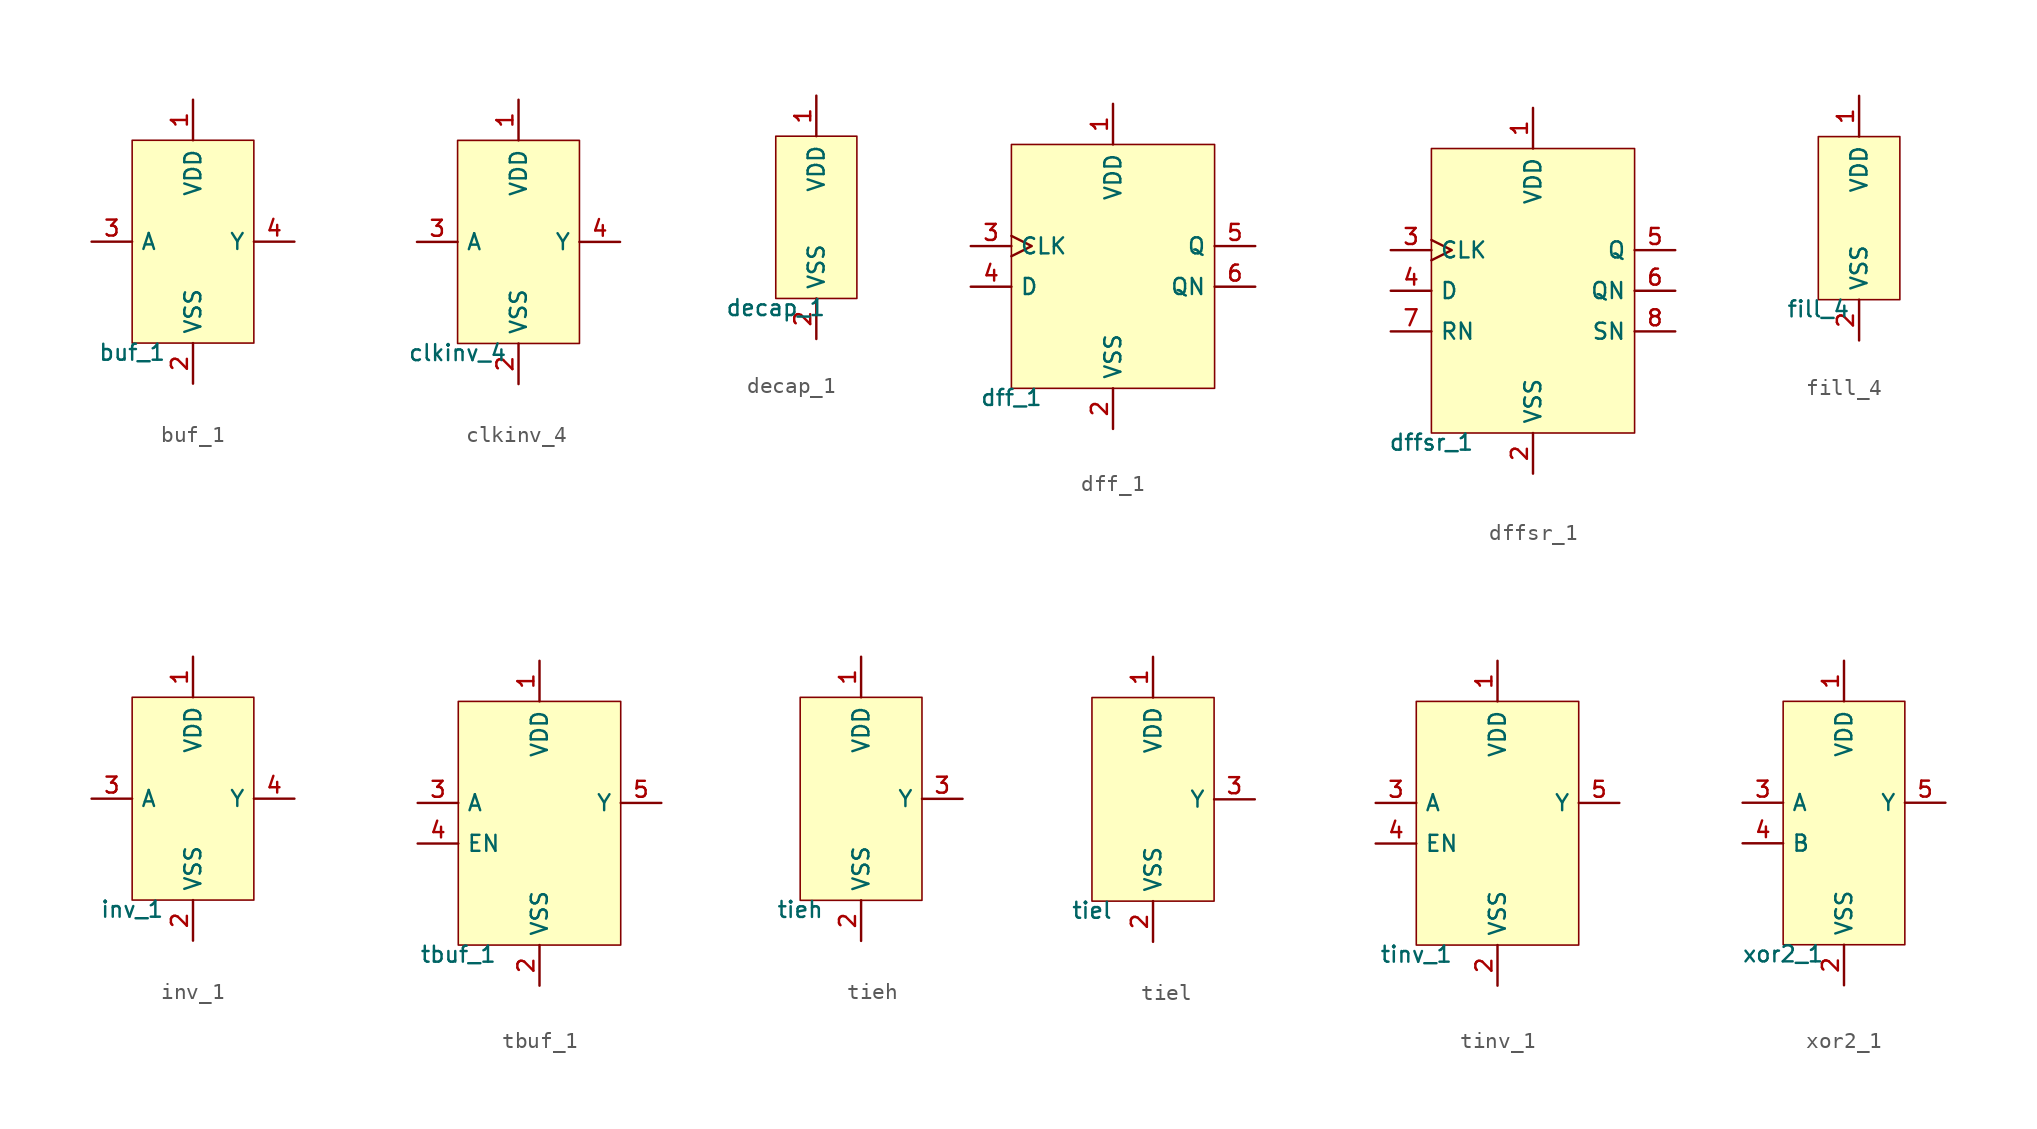
<source format=kicad_sym>
(kicad_symbol_lib
  (version 20211014)
  (generator pdk2kicad)
  (symbol "buf_1"
    (property "Reference" "X"
      (at 0 0 0)
      (effects (font (size 1 1)) hide))
    (property "Value" "buf_1"
      (at -3.81 -6.35 0)
      (effects (font (size 1 1)) (justify top)))
    (rectangle
      (start -3.81 -6.35)
      (end 3.81 6.35)
      (stroke (width 0.1) (type solid) (color 0 0 0 0))
      (fill (type background)))
    (pin power_in line
      (at 0.0 8.89 270)
      (length 2.54)
      (name "VDD" (effects (font (size 1 1)) hide))
      (number "1" (effects (font (size 1 1)) hide)))
    (pin power_in line
      (at 0.0 -8.89 90)
      (length 2.54)
      (name "VSS" (effects (font (size 1 1)) hide))
      (number "2" (effects (font (size 1 1)) hide)))
    (pin input line
      (at -6.35 -4.440892098500626e-16 0)
      (length 2.54)
      (name "A" (effects (font (size 1 1)) hide))
      (number "3" (effects (font (size 1 1)) hide)))
    (pin output line
      (at 6.35 -4.440892098500626e-16 180)
      (length 2.54)
      (name "Y" (effects (font (size 1 1)) hide))
      (number "4" (effects (font (size 1 1)) hide))))
  (symbol "clkinv_4"
    (property "Reference" "X"
      (at 0 0 0)
      (effects (font (size 1 1)) hide))
    (property "Value" "clkinv_4"
      (at -3.81 -6.35 0)
      (effects (font (size 1 1)) (justify top)))
    (rectangle
      (start -3.81 -6.35)
      (end 3.81 6.35)
      (stroke (width 0.1) (type solid) (color 0 0 0 0))
      (fill (type background)))
    (pin power_in line
      (at 0.0 8.89 270)
      (length 2.54)
      (name "VDD" (effects (font (size 1 1)) hide))
      (number "1" (effects (font (size 1 1)) hide)))
    (pin power_in line
      (at 0.0 -8.89 90)
      (length 2.54)
      (name "VSS" (effects (font (size 1 1)) hide))
      (number "2" (effects (font (size 1 1)) hide)))
    (pin input line
      (at -6.35 -4.440892098500626e-16 0)
      (length 2.54)
      (name "A" (effects (font (size 1 1)) hide))
      (number "3" (effects (font (size 1 1)) hide)))
    (pin output line
      (at 6.35 -4.440892098500626e-16 180)
      (length 2.54)
      (name "Y" (effects (font (size 1 1)) hide))
      (number "4" (effects (font (size 1 1)) hide))))
  (symbol "decap_1"
    (property "Reference" "X"
      (at 0 0 0)
      (effects (font (size 1 1)) hide))
    (property "Value" "decap_1"
      (at -2.54 -5.08 0)
      (effects (font (size 1 1)) (justify top)))
    (rectangle
      (start -2.54 -5.08)
      (end 2.54 5.08)
      (stroke (width 0.1) (type solid) (color 0 0 0 0))
      (fill (type background)))
    (pin power_in line
      (at 0.0 7.62 270)
      (length 2.54)
      (name "VDD" (effects (font (size 1 1)) hide))
      (number "1" (effects (font (size 1 1)) hide)))
    (pin power_in line
      (at 0.0 -7.62 90)
      (length 2.54)
      (name "VSS" (effects (font (size 1 1)) hide))
      (number "2" (effects (font (size 1 1)) hide))))
  (symbol "dff_1"
    (property "Reference" "X"
      (at 0 0 0)
      (effects (font (size 1 1)) hide))
    (property "Value" "dff_1"
      (at -6.35 -7.62 0)
      (effects (font (size 1 1)) (justify top)))
    (rectangle
      (start -6.35 -7.62)
      (end 6.35 7.62)
      (stroke (width 0.1) (type solid) (color 0 0 0 0))
      (fill (type background)))
    (pin power_in line
      (at 4.440892098500626e-16 10.16 270)
      (length 2.54)
      (name "VDD" (effects (font (size 1 1)) hide))
      (number "1" (effects (font (size 1 1)) hide)))
    (pin power_in line
      (at 4.440892098500626e-16 -10.16 90)
      (length 2.54)
      (name "VSS" (effects (font (size 1 1)) hide))
      (number "2" (effects (font (size 1 1)) hide)))
    (pin input clock
      (at -8.89 1.27 0)
      (length 2.54)
      (name "CLK" (effects (font (size 1 1)) hide))
      (number "3" (effects (font (size 1 1)) hide)))
    (pin input line
      (at -8.89 -1.27 0)
      (length 2.54)
      (name "D" (effects (font (size 1 1)) hide))
      (number "4" (effects (font (size 1 1)) hide)))
    (pin output line
      (at 8.89 1.27 180)
      (length 2.54)
      (name "Q" (effects (font (size 1 1)) hide))
      (number "5" (effects (font (size 1 1)) hide)))
    (pin output line
      (at 8.89 -1.27 180)
      (length 2.54)
      (name "QN" (effects (font (size 1 1)) hide))
      (number "6" (effects (font (size 1 1)) hide))))
  (symbol "dffsr_1"
    (property "Reference" "X"
      (at 0 0 0)
      (effects (font (size 1 1)) hide))
    (property "Value" "dffsr_1"
      (at -6.35 -8.89 0)
      (effects (font (size 1 1)) (justify top)))
    (rectangle
      (start -6.35 -8.89)
      (end 6.35 8.89)
      (stroke (width 0.1) (type solid) (color 0 0 0 0))
      (fill (type background)))
    (pin power_in line
      (at 4.440892098500626e-16 11.43 270)
      (length 2.54)
      (name "VDD" (effects (font (size 1 1)) hide))
      (number "1" (effects (font (size 1 1)) hide)))
    (pin power_in line
      (at 4.440892098500626e-16 -11.43 90)
      (length 2.54)
      (name "VSS" (effects (font (size 1 1)) hide))
      (number "2" (effects (font (size 1 1)) hide)))
    (pin input clock
      (at -8.89 2.54 0)
      (length 2.54)
      (name "CLK" (effects (font (size 1 1)) hide))
      (number "3" (effects (font (size 1 1)) hide)))
    (pin input line
      (at -8.89 4.440892098500626e-16 0)
      (length 2.54)
      (name "D" (effects (font (size 1 1)) hide))
      (number "4" (effects (font (size 1 1)) hide)))
    (pin output line
      (at 8.89 2.54 180)
      (length 2.54)
      (name "Q" (effects (font (size 1 1)) hide))
      (number "5" (effects (font (size 1 1)) hide)))
    (pin output line
      (at 8.89 4.440892098500626e-16 180)
      (length 2.54)
      (name "QN" (effects (font (size 1 1)) hide))
      (number "6" (effects (font (size 1 1)) hide)))
    (pin input line
      (at -8.89 -2.54 0)
      (length 2.54)
      (name "RN" (effects (font (size 1 1)) hide))
      (number "7" (effects (font (size 1 1)) hide)))
    (pin output line
      (at 8.89 -2.54 180)
      (length 2.54)
      (name "SN" (effects (font (size 1 1)) hide))
      (number "8" (effects (font (size 1 1)) hide))))
  (symbol "fill_4"
    (property "Reference" "X"
      (at 0 0 0)
      (effects (font (size 1 1)) hide))
    (property "Value" "fill_4"
      (at -2.54 -5.08 0)
      (effects (font (size 1 1)) (justify top)))
    (rectangle
      (start -2.54 -5.08)
      (end 2.54 5.08)
      (stroke (width 0.1) (type solid) (color 0 0 0 0))
      (fill (type background)))
    (pin power_in line
      (at 0.0 7.62 270)
      (length 2.54)
      (name "VDD" (effects (font (size 1 1)) hide))
      (number "1" (effects (font (size 1 1)) hide)))
    (pin power_in line
      (at 0.0 -7.62 90)
      (length 2.54)
      (name "VSS" (effects (font (size 1 1)) hide))
      (number "2" (effects (font (size 1 1)) hide))))
  (symbol "inv_1"
    (property "Reference" "X"
      (at 0 0 0)
      (effects (font (size 1 1)) hide))
    (property "Value" "inv_1"
      (at -3.81 -6.35 0)
      (effects (font (size 1 1)) (justify top)))
    (rectangle
      (start -3.81 -6.35)
      (end 3.81 6.35)
      (stroke (width 0.1) (type solid) (color 0 0 0 0))
      (fill (type background)))
    (pin power_in line
      (at 0.0 8.89 270)
      (length 2.54)
      (name "VDD" (effects (font (size 1 1)) hide))
      (number "1" (effects (font (size 1 1)) hide)))
    (pin power_in line
      (at 0.0 -8.89 90)
      (length 2.54)
      (name "VSS" (effects (font (size 1 1)) hide))
      (number "2" (effects (font (size 1 1)) hide)))
    (pin input line
      (at -6.35 -4.440892098500626e-16 0)
      (length 2.54)
      (name "A" (effects (font (size 1 1)) hide))
      (number "3" (effects (font (size 1 1)) hide)))
    (pin output line
      (at 6.35 -4.440892098500626e-16 180)
      (length 2.54)
      (name "Y" (effects (font (size 1 1)) hide))
      (number "4" (effects (font (size 1 1)) hide))))
  (symbol "tbuf_1"
    (property "Reference" "X"
      (at 0 0 0)
      (effects (font (size 1 1)) hide))
    (property "Value" "tbuf_1"
      (at -5.08 -7.62 0)
      (effects (font (size 1 1)) (justify top)))
    (rectangle
      (start -5.08 -7.62)
      (end 5.08 7.62)
      (stroke (width 0.1) (type solid) (color 0 0 0 0))
      (fill (type background)))
    (pin power_in line
      (at 0.0 10.16 270)
      (length 2.54)
      (name "VDD" (effects (font (size 1 1)) hide))
      (number "1" (effects (font (size 1 1)) hide)))
    (pin power_in line
      (at 0.0 -10.16 90)
      (length 2.54)
      (name "VSS" (effects (font (size 1 1)) hide))
      (number "2" (effects (font (size 1 1)) hide)))
    (pin input line
      (at -7.62 1.27 0)
      (length 2.54)
      (name "A" (effects (font (size 1 1)) hide))
      (number "3" (effects (font (size 1 1)) hide)))
    (pin input line
      (at -7.62 -1.27 0)
      (length 2.54)
      (name "EN" (effects (font (size 1 1)) hide))
      (number "4" (effects (font (size 1 1)) hide)))
    (pin output line
      (at 7.62 1.27 180)
      (length 2.54)
      (name "Y" (effects (font (size 1 1)) hide))
      (number "5" (effects (font (size 1 1)) hide))))
  (symbol "tieh"
    (property "Reference" "X"
      (at 0 0 0)
      (effects (font (size 1 1)) hide))
    (property "Value" "tieh"
      (at -3.81 -6.35 0)
      (effects (font (size 1 1)) (justify top)))
    (rectangle
      (start -3.81 -6.35)
      (end 3.81 6.35)
      (stroke (width 0.1) (type solid) (color 0 0 0 0))
      (fill (type background)))
    (pin power_in line
      (at 0.0 8.89 270)
      (length 2.54)
      (name "VDD" (effects (font (size 1 1)) hide))
      (number "1" (effects (font (size 1 1)) hide)))
    (pin power_in line
      (at 0.0 -8.89 90)
      (length 2.54)
      (name "VSS" (effects (font (size 1 1)) hide))
      (number "2" (effects (font (size 1 1)) hide)))
    (pin output line
      (at 6.35 -4.440892098500626e-16 180)
      (length 2.54)
      (name "Y" (effects (font (size 1 1)) hide))
      (number "3" (effects (font (size 1 1)) hide))))
  (symbol "tiel"
    (property "Reference" "X"
      (at 0 0 0)
      (effects (font (size 1 1)) hide))
    (property "Value" "tiel"
      (at -3.81 -6.35 0)
      (effects (font (size 1 1)) (justify top)))
    (rectangle
      (start -3.81 -6.35)
      (end 3.81 6.35)
      (stroke (width 0.1) (type solid) (color 0 0 0 0))
      (fill (type background)))
    (pin power_in line
      (at 0.0 8.89 270)
      (length 2.54)
      (name "VDD" (effects (font (size 1 1)) hide))
      (number "1" (effects (font (size 1 1)) hide)))
    (pin power_in line
      (at 0.0 -8.89 90)
      (length 2.54)
      (name "VSS" (effects (font (size 1 1)) hide))
      (number "2" (effects (font (size 1 1)) hide)))
    (pin output line
      (at 6.35 -4.440892098500626e-16 180)
      (length 2.54)
      (name "Y" (effects (font (size 1 1)) hide))
      (number "3" (effects (font (size 1 1)) hide))))
  (symbol "tinv_1"
    (property "Reference" "X"
      (at 0 0 0)
      (effects (font (size 1 1)) hide))
    (property "Value" "tinv_1"
      (at -5.08 -7.62 0)
      (effects (font (size 1 1)) (justify top)))
    (rectangle
      (start -5.08 -7.62)
      (end 5.08 7.62)
      (stroke (width 0.1) (type solid) (color 0 0 0 0))
      (fill (type background)))
    (pin power_in line
      (at 0.0 10.16 270)
      (length 2.54)
      (name "VDD" (effects (font (size 1 1)) hide))
      (number "1" (effects (font (size 1 1)) hide)))
    (pin power_in line
      (at 0.0 -10.16 90)
      (length 2.54)
      (name "VSS" (effects (font (size 1 1)) hide))
      (number "2" (effects (font (size 1 1)) hide)))
    (pin input line
      (at -7.62 1.27 0)
      (length 2.54)
      (name "A" (effects (font (size 1 1)) hide))
      (number "3" (effects (font (size 1 1)) hide)))
    (pin input line
      (at -7.62 -1.27 0)
      (length 2.54)
      (name "EN" (effects (font (size 1 1)) hide))
      (number "4" (effects (font (size 1 1)) hide)))
    (pin output line
      (at 7.62 1.27 180)
      (length 2.54)
      (name "Y" (effects (font (size 1 1)) hide))
      (number "5" (effects (font (size 1 1)) hide))))
  (symbol "xor2_1"
    (property "Reference" "X"
      (at 0 0 0)
      (effects (font (size 1 1)) hide))
    (property "Value" "xor2_1"
      (at -3.81 -7.62 0)
      (effects (font (size 1 1)) (justify top)))
    (rectangle
      (start -3.81 -7.62)
      (end 3.81 7.62)
      (stroke (width 0.1) (type solid) (color 0 0 0 0))
      (fill (type background)))
    (pin power_in line
      (at 0.0 10.16 270)
      (length 2.54)
      (name "VDD" (effects (font (size 1 1)) hide))
      (number "1" (effects (font (size 1 1)) hide)))
    (pin power_in line
      (at 0.0 -10.16 90)
      (length 2.54)
      (name "VSS" (effects (font (size 1 1)) hide))
      (number "2" (effects (font (size 1 1)) hide)))
    (pin input line
      (at -6.35 1.27 0)
      (length 2.54)
      (name "A" (effects (font (size 1 1)) hide))
      (number "3" (effects (font (size 1 1)) hide)))
    (pin input line
      (at -6.35 -1.27 0)
      (length 2.54)
      (name "B" (effects (font (size 1 1)) hide))
      (number "4" (effects (font (size 1 1)) hide)))
    (pin output line
      (at 6.35 1.27 180)
      (length 2.54)
      (name "Y" (effects (font (size 1 1)) hide))
      (number "5" (effects (font (size 1 1)) hide)))))
</source>
